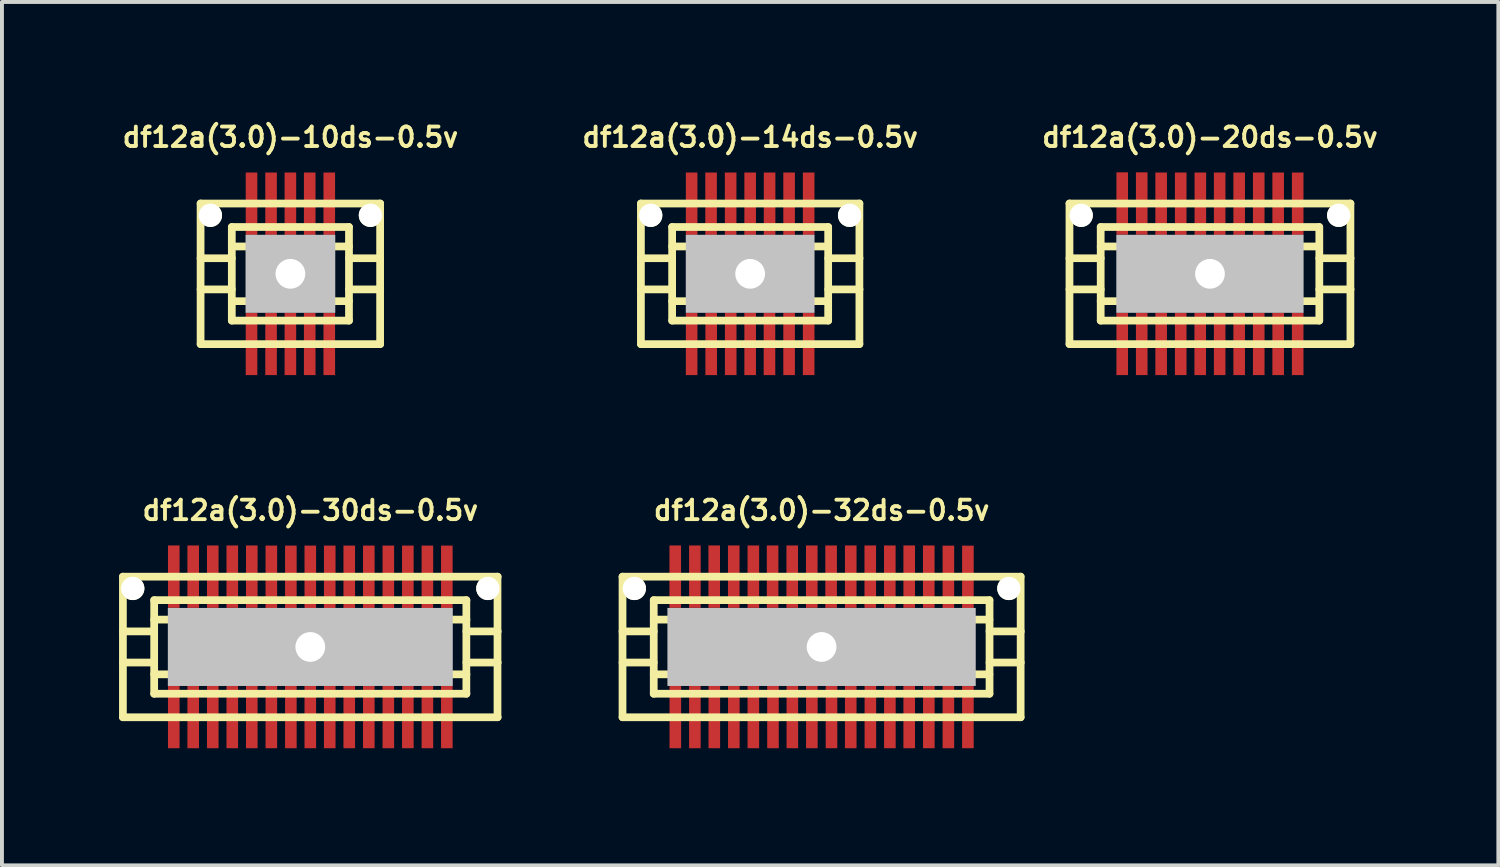
<source format=kicad_pcb>
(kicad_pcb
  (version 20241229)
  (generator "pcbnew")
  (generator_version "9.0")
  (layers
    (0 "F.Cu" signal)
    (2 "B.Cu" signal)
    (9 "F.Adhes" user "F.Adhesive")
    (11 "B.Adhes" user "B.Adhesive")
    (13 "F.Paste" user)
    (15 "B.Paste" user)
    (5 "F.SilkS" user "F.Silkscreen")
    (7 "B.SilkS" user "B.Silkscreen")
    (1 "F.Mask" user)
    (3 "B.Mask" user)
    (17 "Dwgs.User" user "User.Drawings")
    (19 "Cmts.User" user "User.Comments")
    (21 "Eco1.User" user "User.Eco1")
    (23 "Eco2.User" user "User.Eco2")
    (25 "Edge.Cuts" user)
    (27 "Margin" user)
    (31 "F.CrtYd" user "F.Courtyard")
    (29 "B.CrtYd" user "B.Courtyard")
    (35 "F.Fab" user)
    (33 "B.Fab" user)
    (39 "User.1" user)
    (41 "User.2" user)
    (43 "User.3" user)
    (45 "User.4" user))
  (footprint "df12a(3.0)-30ds-0.5v"
    (layer "F.Cu")
    (at 4.9 13.525)
    (property "Reference" "df12a(3.0)-30ds-0.5v" (at 0 -3.5 0) (layer "F.SilkS") (effects (font (size 0.498 0.498) (thickness 0.099))))
    (attr through_hole)
    (fp_line (start -4.801 1.801) (end -4.801 -1.801) (stroke (width 0.198) (type solid)) (layer "F.SilkS"))
    (fp_line (start -4.801 1.801) (end 4.801 1.801) (stroke (width 0.198) (type solid)) (layer "F.SilkS"))
    (fp_line (start -4 -0.701) (end 4 -0.701) (stroke (width 0.198) (type solid)) (layer "F.SilkS"))
    (fp_line (start -4 -0.399) (end -4.801 -0.399) (stroke (width 0.198) (type solid)) (layer "F.SilkS"))
    (fp_line (start -4 0.399) (end -4.801 0.399) (stroke (width 0.198) (type solid)) (layer "F.SilkS"))
    (fp_line (start -4 1.199) (end -4 -1.199) (stroke (width 0.198) (type solid)) (layer "F.SilkS"))
    (fp_line (start 3.998 -1.199) (end 3.998 1.199) (stroke (width 0.198) (type solid)) (layer "F.SilkS"))
    (fp_line (start 4 -1.199) (end -4 -1.199) (stroke (width 0.198) (type solid)) (layer "F.SilkS"))
    (fp_line (start 4 -0.399) (end 4.801 -0.399) (stroke (width 0.198) (type solid)) (layer "F.SilkS"))
    (fp_line (start 4 0.701) (end -4 0.701) (stroke (width 0.198) (type solid)) (layer "F.SilkS"))
    (fp_line (start 4 1.199) (end -4 1.199) (stroke (width 0.198) (type solid)) (layer "F.SilkS"))
    (fp_line (start 4.796 -1.801) (end 4.796 1.801) (stroke (width 0.198) (type solid)) (layer "F.SilkS"))
    (fp_line (start 4.801 -1.801) (end -4.801 -1.801) (stroke (width 0.198) (type solid)) (layer "F.SilkS"))
    (fp_line (start 4.801 0.399) (end 4 0.399) (stroke (width 0.198) (type solid)) (layer "F.SilkS"))
    (pad "" np_thru_hole circle (at -4.549 -1.499) (size 0.597 0.597) (drill 0.597) (layers "*.Cu" "*.Mask" "F.SilkS"))
    (pad "" np_thru_hole rect (at 0 0) (size 7.3 1.999) (drill 0.762) (layers "Dwgs.User"))
    (pad "" np_thru_hole circle (at 4.549 -1.499) (size 0.597 0.597) (drill 0.597) (layers "*.Cu" "*.Mask" "F.SilkS"))
    (pad "1" smd rect (at -3.498 1.796) (size 0.297 1.598) (layers "F.Cu" "F.Mask" "F.Paste"))
    (pad "2" smd rect (at -3 1.796) (size 0.297 1.598) (layers "F.Cu" "F.Mask" "F.Paste"))
    (pad "3" smd rect (at -2.499 1.796) (size 0.297 1.598) (layers "F.Cu" "F.Mask" "F.Paste"))
    (pad "4" smd rect (at -1.999 1.796) (size 0.297 1.598) (layers "F.Cu" "F.Mask" "F.Paste"))
    (pad "5" smd rect (at -1.499 1.796) (size 0.297 1.598) (layers "F.Cu" "F.Mask" "F.Paste"))
    (pad "6" smd rect (at -0.998 1.796) (size 0.297 1.598) (layers "F.Cu" "F.Mask" "F.Paste"))
    (pad "7" smd rect (at -0.498 1.796) (size 0.297 1.598) (layers "F.Cu" "F.Mask" "F.Paste"))
    (pad "8" smd rect (at 0 1.796) (size 0.297 1.598) (layers "F.Cu" "F.Mask" "F.Paste"))
    (pad "9" smd rect (at 0.498 1.796) (size 0.297 1.598) (layers "F.Cu" "F.Mask" "F.Paste"))
    (pad "10" smd rect (at 0.998 1.796) (size 0.297 1.598) (layers "F.Cu" "F.Mask" "F.Paste"))
    (pad "11" smd rect (at 1.499 1.796) (size 0.297 1.598) (layers "F.Cu" "F.Mask" "F.Paste"))
    (pad "12" smd rect (at 1.999 1.796) (size 0.297 1.598) (layers "F.Cu" "F.Mask" "F.Paste"))
    (pad "13" smd rect (at 2.499 1.796) (size 0.297 1.598) (layers "F.Cu" "F.Mask" "F.Paste"))
    (pad "14" smd rect (at 3 1.796) (size 0.297 1.598) (layers "F.Cu" "F.Mask" "F.Paste"))
    (pad "15" smd rect (at 3.498 1.796) (size 0.297 1.598) (layers "F.Cu" "F.Mask" "F.Paste"))
    (pad "16" smd rect (at 3.498 -1.798) (size 0.297 1.598) (layers "F.Cu" "F.Mask" "F.Paste"))
    (pad "17" smd rect (at 3 -1.798) (size 0.297 1.598) (layers "F.Cu" "F.Mask" "F.Paste"))
    (pad "18" smd rect (at 2.499 -1.798) (size 0.297 1.598) (layers "F.Cu" "F.Mask" "F.Paste"))
    (pad "19" smd rect (at 1.999 -1.798) (size 0.297 1.598) (layers "F.Cu" "F.Mask" "F.Paste"))
    (pad "20" smd rect (at 1.499 -1.798) (size 0.297 1.598) (layers "F.Cu" "F.Mask" "F.Paste"))
    (pad "21" smd rect (at 0.998 -1.798) (size 0.297 1.598) (layers "F.Cu" "F.Mask" "F.Paste"))
    (pad "22" smd rect (at 0.498 -1.798) (size 0.297 1.598) (layers "F.Cu" "F.Mask" "F.Paste"))
    (pad "23" smd rect (at 0 -1.798) (size 0.297 1.598) (layers "F.Cu" "F.Mask" "F.Paste"))
    (pad "24" smd rect (at -0.498 -1.798) (size 0.297 1.598) (layers "F.Cu" "F.Mask" "F.Paste"))
    (pad "25" smd rect (at -0.998 -1.798) (size 0.297 1.598) (layers "F.Cu" "F.Mask" "F.Paste"))
    (pad "26" smd rect (at -1.499 -1.801) (size 0.297 1.598) (layers "F.Cu" "F.Mask" "F.Paste"))
    (pad "27" smd rect (at -1.999 -1.801) (size 0.297 1.598) (layers "F.Cu" "F.Mask" "F.Paste"))
    (pad "28" smd rect (at -2.499 -1.801) (size 0.297 1.598) (layers "F.Cu" "F.Mask" "F.Paste"))
    (pad "29" smd rect (at -3 -1.801) (size 0.297 1.598) (layers "F.Cu" "F.Mask" "F.Paste"))
    (pad "30" smd rect (at -3.498 -1.801) (size 0.297 1.598) (layers "F.Cu" "F.Mask" "F.Paste")))
  (footprint "df12a(3.0)-14ds-0.5v"
    (layer "F.Cu")
    (at 16.169 3.965)
    (property "Reference" "df12a(3.0)-14ds-0.5v" (at 0 -3.5 0) (layer "F.SilkS") (effects (font (size 0.498 0.498) (thickness 0.099))))
    (attr through_hole)
    (fp_line (start -2.799 -1.801) (end 2.799 -1.801) (stroke (width 0.198) (type solid)) (layer "F.SilkS"))
    (fp_line (start -2.799 1.801) (end -2.799 -1.801) (stroke (width 0.198) (type solid)) (layer "F.SilkS"))
    (fp_line (start -1.999 -0.701) (end 1.999 -0.701) (stroke (width 0.198) (type solid)) (layer "F.SilkS"))
    (fp_line (start -1.999 -0.399) (end -2.799 -0.399) (stroke (width 0.198) (type solid)) (layer "F.SilkS"))
    (fp_line (start -1.999 0.399) (end -2.799 0.399) (stroke (width 0.198) (type solid)) (layer "F.SilkS"))
    (fp_line (start -1.999 1.199) (end -1.999 -1.199) (stroke (width 0.198) (type solid)) (layer "F.SilkS"))
    (fp_line (start -1.999 1.199) (end 1.999 1.199) (stroke (width 0.198) (type solid)) (layer "F.SilkS"))
    (fp_line (start 1.999 -1.199) (end -1.999 -1.199) (stroke (width 0.198) (type solid)) (layer "F.SilkS"))
    (fp_line (start 1.999 -1.199) (end 1.999 1.199) (stroke (width 0.198) (type solid)) (layer "F.SilkS"))
    (fp_line (start 1.999 0.701) (end -1.999 0.701) (stroke (width 0.198) (type solid)) (layer "F.SilkS"))
    (fp_line (start 2.002 -0.399) (end 2.802 -0.399) (stroke (width 0.198) (type solid)) (layer "F.SilkS"))
    (fp_line (start 2.799 -1.801) (end 2.799 1.801) (stroke (width 0.198) (type solid)) (layer "F.SilkS"))
    (fp_line (start 2.799 1.801) (end -2.799 1.801) (stroke (width 0.198) (type solid)) (layer "F.SilkS"))
    (fp_line (start 2.802 0.399) (end 2.002 0.399) (stroke (width 0.198) (type solid)) (layer "F.SilkS"))
    (pad "" np_thru_hole circle (at -2.548 -1.499) (size 0.597 0.597) (drill 0.597) (layers "*.Cu" "*.Mask" "F.SilkS"))
    (pad "" np_thru_hole rect (at 0 0) (size 3.299 1.999) (drill 0.762) (layers "Dwgs.User"))
    (pad "" np_thru_hole circle (at 2.548 -1.499) (size 0.597 0.597) (drill 0.597) (layers "*.Cu" "*.Mask" "F.SilkS"))
    (pad "1" smd rect (at -1.499 1.796) (size 0.297 1.598) (layers "F.Cu" "F.Mask" "F.Paste"))
    (pad "2" smd rect (at -0.998 1.796) (size 0.297 1.598) (layers "F.Cu" "F.Mask" "F.Paste"))
    (pad "3" smd rect (at -0.498 1.796) (size 0.297 1.598) (layers "F.Cu" "F.Mask" "F.Paste"))
    (pad "4" smd rect (at 0 1.796) (size 0.297 1.598) (layers "F.Cu" "F.Mask" "F.Paste"))
    (pad "5" smd rect (at 0.495 1.796) (size 0.297 1.598) (layers "F.Cu" "F.Mask" "F.Paste"))
    (pad "6" smd rect (at 0.998 1.796) (size 0.297 1.598) (layers "F.Cu" "F.Mask" "F.Paste"))
    (pad "7" smd rect (at 1.499 1.796) (size 0.297 1.598) (layers "F.Cu" "F.Mask" "F.Paste"))
    (pad "8" smd rect (at 1.499 -1.796) (size 0.297 1.598) (layers "F.Cu" "F.Mask" "F.Paste"))
    (pad "9" smd rect (at 0.998 -1.796) (size 0.297 1.598) (layers "F.Cu" "F.Mask" "F.Paste"))
    (pad "10" smd rect (at 0.498 -1.796) (size 0.297 1.598) (layers "F.Cu" "F.Mask" "F.Paste"))
    (pad "11" smd rect (at 0 -1.796) (size 0.297 1.598) (layers "F.Cu" "F.Mask" "F.Paste"))
    (pad "12" smd rect (at -0.5 -1.796) (size 0.297 1.598) (layers "F.Cu" "F.Mask" "F.Paste"))
    (pad "13" smd rect (at -1.001 -1.796) (size 0.297 1.598) (layers "F.Cu" "F.Mask" "F.Paste"))
    (pad "14" smd rect (at -1.499 -1.796) (size 0.297 1.598) (layers "F.Cu" "F.Mask" "F.Paste")))
  (footprint "df12a(3.0)-10ds-0.5v"
    (layer "F.Cu")
    (at 4.39 3.965)
    (property "Reference" "df12a(3.0)-10ds-0.5v" (at 0 -3.5 0) (layer "F.SilkS") (effects (font (size 0.498 0.498) (thickness 0.099))))
    (attr through_hole)
    (fp_line (start -2.301 -1.801) (end 2.301 -1.801) (stroke (width 0.198) (type solid)) (layer "F.SilkS"))
    (fp_line (start -2.301 1.801) (end -2.301 -1.801) (stroke (width 0.198) (type solid)) (layer "F.SilkS"))
    (fp_line (start -1.501 -1.199) (end 1.501 -1.199) (stroke (width 0.198) (type solid)) (layer "F.SilkS"))
    (fp_line (start -1.501 -0.701) (end 1.501 -0.701) (stroke (width 0.198) (type solid)) (layer "F.SilkS"))
    (fp_line (start -1.501 -0.399) (end -2.301 -0.399) (stroke (width 0.198) (type solid)) (layer "F.SilkS"))
    (fp_line (start -1.501 0.399) (end -2.301 0.399) (stroke (width 0.198) (type solid)) (layer "F.SilkS"))
    (fp_line (start -1.501 1.199) (end -1.501 -1.199) (stroke (width 0.198) (type solid)) (layer "F.SilkS"))
    (fp_line (start 1.501 -1.199) (end 1.501 1.199) (stroke (width 0.198) (type solid)) (layer "F.SilkS"))
    (fp_line (start 1.501 -0.399) (end 2.301 -0.399) (stroke (width 0.198) (type solid)) (layer "F.SilkS"))
    (fp_line (start 1.501 0.701) (end -1.501 0.701) (stroke (width 0.198) (type solid)) (layer "F.SilkS"))
    (fp_line (start 1.501 1.199) (end -1.501 1.199) (stroke (width 0.198) (type solid)) (layer "F.SilkS"))
    (fp_line (start 2.299 -1.801) (end 2.299 1.801) (stroke (width 0.198) (type solid)) (layer "F.SilkS"))
    (fp_line (start 2.301 0.399) (end 1.501 0.399) (stroke (width 0.198) (type solid)) (layer "F.SilkS"))
    (fp_line (start 2.301 1.801) (end -2.301 1.801) (stroke (width 0.198) (type solid)) (layer "F.SilkS"))
    (pad "" np_thru_hole circle (at -2.05 -1.499) (size 0.597 0.597) (drill 0.597) (layers "*.Cu" "*.Mask" "F.SilkS"))
    (pad "" np_thru_hole rect (at 0 0) (size 2.299 1.999) (drill 0.762) (layers "Dwgs.User"))
    (pad "" np_thru_hole circle (at 2.05 -1.499) (size 0.597 0.597) (drill 0.597) (layers "*.Cu" "*.Mask" "F.SilkS"))
    (pad "1" smd rect (at -0.996 1.796) (size 0.297 1.598) (layers "F.Cu" "F.Mask" "F.Paste"))
    (pad "2" smd rect (at -0.495 1.796) (size 0.297 1.598) (layers "F.Cu" "F.Mask" "F.Paste"))
    (pad "3" smd rect (at 0 1.796) (size 0.297 1.598) (layers "F.Cu" "F.Mask" "F.Paste"))
    (pad "4" smd rect (at 0.495 1.796) (size 0.297 1.598) (layers "F.Cu" "F.Mask" "F.Paste"))
    (pad "5" smd rect (at 0.996 1.796) (size 0.297 1.598) (layers "F.Cu" "F.Mask" "F.Paste"))
    (pad "6" smd rect (at 0.996 -1.796) (size 0.297 1.598) (layers "F.Cu" "F.Mask" "F.Paste"))
    (pad "7" smd rect (at 0.495 -1.796) (size 0.297 1.598) (layers "F.Cu" "F.Mask" "F.Paste"))
    (pad "8" smd rect (at 0 -1.796) (size 0.297 1.598) (layers "F.Cu" "F.Mask" "F.Paste"))
    (pad "9" smd rect (at -0.495 -1.796) (size 0.297 1.598) (layers "F.Cu" "F.Mask" "F.Paste"))
    (pad "10" smd rect (at -0.996 -1.796) (size 0.297 1.598) (layers "F.Cu" "F.Mask" "F.Paste")))
  (footprint "df12a(3.0)-32ds-0.5v"
    (layer "F.Cu")
    (at 17.999 13.525)
    (property "Reference" "df12a(3.0)-32ds-0.5v" (at 0 -3.5 0) (layer "F.SilkS") (effects (font (size 0.498 0.498) (thickness 0.099))))
    (attr through_hole)
    (fp_line (start -5.1 -1.801) (end 5.1 -1.801) (stroke (width 0.198) (type solid)) (layer "F.SilkS"))
    (fp_line (start -5.1 1.801) (end -5.1 -1.801) (stroke (width 0.198) (type solid)) (layer "F.SilkS"))
    (fp_line (start -4.3 -1.199) (end 4.3 -1.199) (stroke (width 0.198) (type solid)) (layer "F.SilkS"))
    (fp_line (start -4.3 -0.399) (end -5.1 -0.399) (stroke (width 0.198) (type solid)) (layer "F.SilkS"))
    (fp_line (start -4.3 0.399) (end -5.1 0.399) (stroke (width 0.198) (type solid)) (layer "F.SilkS"))
    (fp_line (start -4.3 0.701) (end 4.3 0.701) (stroke (width 0.198) (type solid)) (layer "F.SilkS"))
    (fp_line (start -4.3 1.199) (end -4.3 -1.199) (stroke (width 0.198) (type solid)) (layer "F.SilkS"))
    (fp_line (start 4.3 -0.701) (end -4.3 -0.701) (stroke (width 0.198) (type solid)) (layer "F.SilkS"))
    (fp_line (start 4.3 1.199) (end -4.3 1.199) (stroke (width 0.198) (type solid)) (layer "F.SilkS"))
    (fp_line (start 4.303 -1.199) (end 4.303 1.199) (stroke (width 0.198) (type solid)) (layer "F.SilkS"))
    (fp_line (start 4.303 -0.399) (end 5.103 -0.399) (stroke (width 0.198) (type solid)) (layer "F.SilkS"))
    (fp_line (start 5.1 -1.801) (end 5.1 1.801) (stroke (width 0.198) (type solid)) (layer "F.SilkS"))
    (fp_line (start 5.1 1.801) (end -5.1 1.801) (stroke (width 0.198) (type solid)) (layer "F.SilkS"))
    (fp_line (start 5.103 0.399) (end 4.303 0.399) (stroke (width 0.198) (type solid)) (layer "F.SilkS"))
    (pad "" np_thru_hole circle (at -4.798 -1.499) (size 0.597 0.597) (drill 0.597) (layers "*.Cu" "*.Mask" "F.SilkS"))
    (pad "" np_thru_hole rect (at 0 0) (size 7.899 1.999) (drill 0.762) (layers "Dwgs.User"))
    (pad "" np_thru_hole circle (at 4.798 -1.499) (size 0.597 0.597) (drill 0.597) (layers "*.Cu" "*.Mask" "F.SilkS"))
    (pad "1" smd rect (at -3.747 1.796) (size 0.297 1.598) (layers "F.Cu" "F.Mask" "F.Paste"))
    (pad "2" smd rect (at -3.246 1.796) (size 0.297 1.598) (layers "F.Cu" "F.Mask" "F.Paste"))
    (pad "3" smd rect (at -2.748 1.796) (size 0.297 1.598) (layers "F.Cu" "F.Mask" "F.Paste"))
    (pad "4" smd rect (at -2.248 1.796) (size 0.297 1.598) (layers "F.Cu" "F.Mask" "F.Paste"))
    (pad "5" smd rect (at -1.748 1.796) (size 0.297 1.598) (layers "F.Cu" "F.Mask" "F.Paste"))
    (pad "6" smd rect (at -1.245 1.796) (size 0.297 1.598) (layers "F.Cu" "F.Mask" "F.Paste"))
    (pad "7" smd rect (at -0.749 1.796) (size 0.297 1.598) (layers "F.Cu" "F.Mask" "F.Paste"))
    (pad "8" smd rect (at -0.249 1.796) (size 0.297 1.598) (layers "F.Cu" "F.Mask" "F.Paste"))
    (pad "9" smd rect (at 0.254 1.796) (size 0.297 1.598) (layers "F.Cu" "F.Mask" "F.Paste"))
    (pad "10" smd rect (at 0.747 1.796) (size 0.297 1.598) (layers "F.Cu" "F.Mask" "F.Paste"))
    (pad "11" smd rect (at 1.25 1.796) (size 0.297 1.598) (layers "F.Cu" "F.Mask" "F.Paste"))
    (pad "12" smd rect (at 1.75 1.796) (size 0.297 1.598) (layers "F.Cu" "F.Mask" "F.Paste"))
    (pad "13" smd rect (at 2.245 1.796) (size 0.297 1.598) (layers "F.Cu" "F.Mask" "F.Paste"))
    (pad "14" smd rect (at 2.748 1.796) (size 0.297 1.598) (layers "F.Cu" "F.Mask" "F.Paste"))
    (pad "15" smd rect (at 3.249 1.796) (size 0.297 1.598) (layers "F.Cu" "F.Mask" "F.Paste"))
    (pad "16" smd rect (at 3.749 1.796) (size 0.297 1.598) (layers "F.Cu" "F.Mask" "F.Paste"))
    (pad "17" smd rect (at 3.749 -1.796) (size 0.297 1.598) (layers "F.Cu" "F.Mask" "F.Paste"))
    (pad "18" smd rect (at 3.249 -1.796) (size 0.297 1.598) (layers "F.Cu" "F.Mask" "F.Paste"))
    (pad "19" smd rect (at 2.746 -1.801) (size 0.297 1.598) (layers "F.Cu" "F.Mask" "F.Paste"))
    (pad "20" smd rect (at 2.245 -1.801) (size 0.297 1.598) (layers "F.Cu" "F.Mask" "F.Paste"))
    (pad "21" smd rect (at 1.748 -1.801) (size 0.297 1.598) (layers "F.Cu" "F.Mask" "F.Paste"))
    (pad "22" smd rect (at 1.247 -1.801) (size 0.297 1.598) (layers "F.Cu" "F.Mask" "F.Paste"))
    (pad "23" smd rect (at 0.747 -1.801) (size 0.297 1.598) (layers "F.Cu" "F.Mask" "F.Paste"))
    (pad "24" smd rect (at 0.244 -1.801) (size 0.297 1.598) (layers "F.Cu" "F.Mask" "F.Paste"))
    (pad "25" smd rect (at -0.251 -1.801) (size 0.297 1.598) (layers "F.Cu" "F.Mask" "F.Paste"))
    (pad "26" smd rect (at -0.752 -1.801) (size 0.297 1.598) (layers "F.Cu" "F.Mask" "F.Paste"))
    (pad "27" smd rect (at -1.255 -1.801) (size 0.297 1.598) (layers "F.Cu" "F.Mask" "F.Paste"))
    (pad "28" smd rect (at -1.748 -1.801) (size 0.297 1.598) (layers "F.Cu" "F.Mask" "F.Paste"))
    (pad "29" smd rect (at -2.25 -1.801) (size 0.297 1.598) (layers "F.Cu" "F.Mask" "F.Paste"))
    (pad "30" smd rect (at -2.751 -1.801) (size 0.297 1.598) (layers "F.Cu" "F.Mask" "F.Paste"))
    (pad "31" smd rect (at -3.246 -1.801) (size 0.297 1.598) (layers "F.Cu" "F.Mask" "F.Paste"))
    (pad "32" smd rect (at -3.749 -1.801) (size 0.297 1.598) (layers "F.Cu" "F.Mask" "F.Paste")))
  (footprint "df12a(3.0)-20ds-0.5v"
    (layer "F.Cu")
    (at 27.949 3.965)
    (property "Reference" "df12a(3.0)-20ds-0.5v" (at 0 -3.5 0) (layer "F.SilkS") (effects (font (size 0.498 0.498) (thickness 0.099))))
    (attr through_hole)
    (fp_line (start -3.599 1.801) (end -3.599 -1.801) (stroke (width 0.198) (type solid)) (layer "F.SilkS"))
    (fp_line (start -3.599 1.801) (end 3.599 1.801) (stroke (width 0.198) (type solid)) (layer "F.SilkS"))
    (fp_line (start -2.799 -1.199) (end 2.799 -1.199) (stroke (width 0.198) (type solid)) (layer "F.SilkS"))
    (fp_line (start -2.799 -0.399) (end -3.599 -0.399) (stroke (width 0.198) (type solid)) (layer "F.SilkS"))
    (fp_line (start -2.799 0.399) (end -3.599 0.399) (stroke (width 0.198) (type solid)) (layer "F.SilkS"))
    (fp_line (start -2.799 0.701) (end 2.799 0.701) (stroke (width 0.198) (type solid)) (layer "F.SilkS"))
    (fp_line (start -2.799 1.199) (end -2.799 -1.199) (stroke (width 0.198) (type solid)) (layer "F.SilkS"))
    (fp_line (start 2.799 -0.701) (end -2.799 -0.701) (stroke (width 0.198) (type solid)) (layer "F.SilkS"))
    (fp_line (start 2.799 1.199) (end -2.799 1.199) (stroke (width 0.198) (type solid)) (layer "F.SilkS"))
    (fp_line (start 2.802 -1.199) (end 2.802 1.199) (stroke (width 0.198) (type solid)) (layer "F.SilkS"))
    (fp_line (start 2.802 -0.399) (end 3.602 -0.399) (stroke (width 0.198) (type solid)) (layer "F.SilkS"))
    (fp_line (start 3.599 -1.801) (end -3.599 -1.801) (stroke (width 0.198) (type solid)) (layer "F.SilkS"))
    (fp_line (start 3.599 -1.801) (end 3.599 1.801) (stroke (width 0.198) (type solid)) (layer "F.SilkS"))
    (fp_line (start 3.602 0.399) (end 2.802 0.399) (stroke (width 0.198) (type solid)) (layer "F.SilkS"))
    (pad "" np_thru_hole circle (at -3.299 -1.499) (size 0.597 0.597) (drill 0.597) (layers "*.Cu" "*.Mask" "F.SilkS"))
    (pad "" np_thru_hole rect (at 0 0) (size 4.798 1.999) (drill 0.762) (layers "Dwgs.User"))
    (pad "" np_thru_hole circle (at 3.299 -1.499) (size 0.597 0.597) (drill 0.597) (layers "*.Cu" "*.Mask" "F.SilkS"))
    (pad "1" smd rect (at -2.248 1.796) (size 0.297 1.598) (layers "F.Cu" "F.Mask" "F.Paste"))
    (pad "2" smd rect (at -1.748 1.796) (size 0.297 1.598) (layers "F.Cu" "F.Mask" "F.Paste"))
    (pad "3" smd rect (at -1.25 1.796) (size 0.297 1.598) (layers "F.Cu" "F.Mask" "F.Paste"))
    (pad "4" smd rect (at -0.749 1.796) (size 0.297 1.598) (layers "F.Cu" "F.Mask" "F.Paste"))
    (pad "5" smd rect (at -0.249 1.796) (size 0.297 1.598) (layers "F.Cu" "F.Mask" "F.Paste"))
    (pad "6" smd rect (at 0.249 1.796) (size 0.297 1.598) (layers "F.Cu" "F.Mask" "F.Paste"))
    (pad "7" smd rect (at 0.749 1.796) (size 0.297 1.598) (layers "F.Cu" "F.Mask" "F.Paste"))
    (pad "8" smd rect (at 1.25 1.796) (size 0.297 1.598) (layers "F.Cu" "F.Mask" "F.Paste"))
    (pad "9" smd rect (at 1.748 1.796) (size 0.297 1.598) (layers "F.Cu" "F.Mask" "F.Paste"))
    (pad "10" smd rect (at 2.248 1.796) (size 0.297 1.598) (layers "F.Cu" "F.Mask" "F.Paste"))
    (pad "11" smd rect (at 2.248 -1.796) (size 0.297 1.598) (layers "F.Cu" "F.Mask" "F.Paste"))
    (pad "12" smd rect (at 1.748 -1.796) (size 0.297 1.598) (layers "F.Cu" "F.Mask" "F.Paste"))
    (pad "13" smd rect (at 1.25 -1.796) (size 0.297 1.598) (layers "F.Cu" "F.Mask" "F.Paste"))
    (pad "14" smd rect (at 0.749 -1.796) (size 0.297 1.598) (layers "F.Cu" "F.Mask" "F.Paste"))
    (pad "15" smd rect (at 0.249 -1.796) (size 0.297 1.598) (layers "F.Cu" "F.Mask" "F.Paste"))
    (pad "16" smd rect (at -0.246 -1.796) (size 0.297 1.598) (layers "F.Cu" "F.Mask" "F.Paste"))
    (pad "17" smd rect (at -0.749 -1.796) (size 0.297 1.598) (layers "F.Cu" "F.Mask" "F.Paste"))
    (pad "18" smd rect (at -1.25 -1.796) (size 0.297 1.598) (layers "F.Cu" "F.Mask" "F.Paste"))
    (pad "19" smd rect (at -1.748 -1.801) (size 0.297 1.598) (layers "F.Cu" "F.Mask" "F.Paste"))
    (pad "20" smd rect (at -2.248 -1.801) (size 0.297 1.598) (layers "F.Cu" "F.Mask" "F.Paste")))
  (gr_rect
    (start -3 -3)
    (end 35.338 19.12)
    (stroke (width 0.1) (type default))
    (fill no)
    (layer "Edge.Cuts")))
</source>
